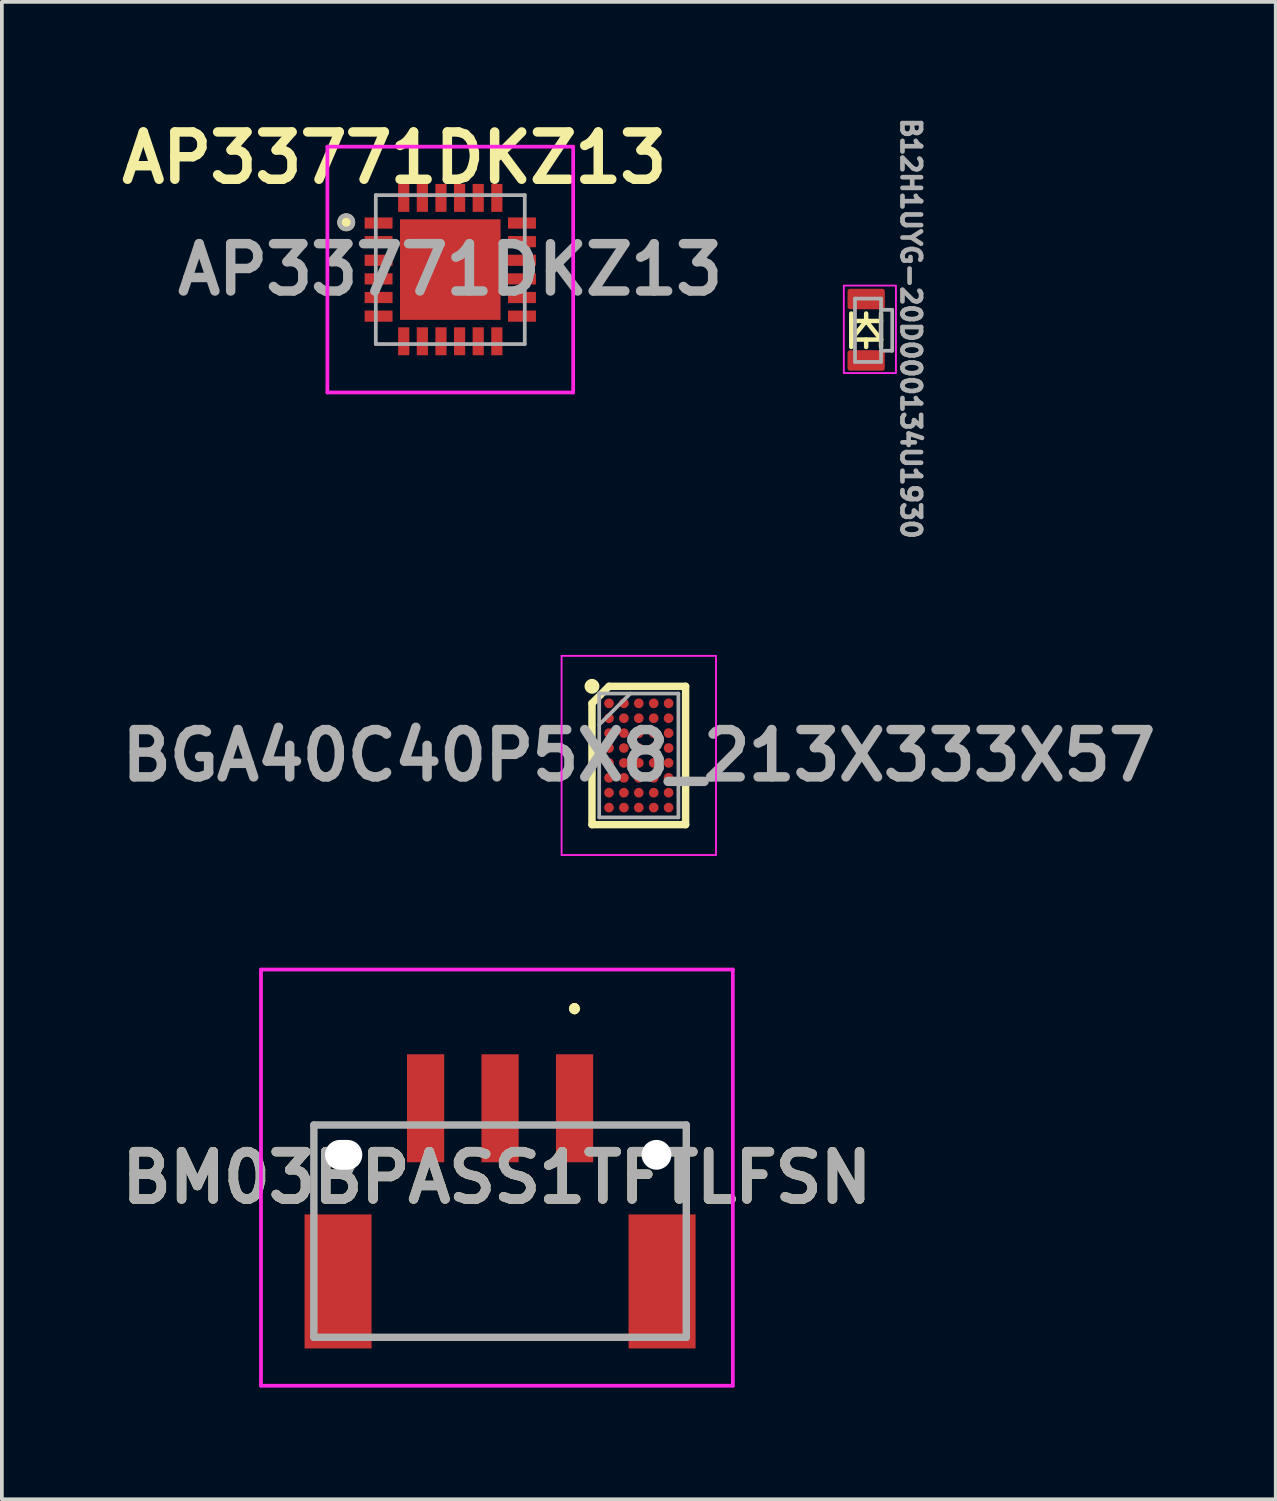
<source format=kicad_pcb>
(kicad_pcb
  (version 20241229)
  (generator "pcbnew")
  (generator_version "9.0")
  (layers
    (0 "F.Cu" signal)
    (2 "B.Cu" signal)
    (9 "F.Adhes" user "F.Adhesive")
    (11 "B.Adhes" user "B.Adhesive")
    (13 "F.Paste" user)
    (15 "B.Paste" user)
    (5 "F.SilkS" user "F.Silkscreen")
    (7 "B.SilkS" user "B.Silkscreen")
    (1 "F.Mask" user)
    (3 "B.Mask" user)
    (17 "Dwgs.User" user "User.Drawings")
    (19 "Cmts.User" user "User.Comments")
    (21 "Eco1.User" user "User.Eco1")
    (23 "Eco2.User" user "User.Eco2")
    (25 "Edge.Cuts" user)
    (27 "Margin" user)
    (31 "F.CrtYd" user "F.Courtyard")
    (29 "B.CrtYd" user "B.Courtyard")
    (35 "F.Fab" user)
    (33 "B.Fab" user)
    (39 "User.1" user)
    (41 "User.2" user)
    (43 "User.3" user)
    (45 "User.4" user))
  (footprint "B12H1UYG-20D000134U1930"
    (layer "F.Cu")
    (at 20.208 5.868)
    (property "Reference" "B12H1UYG-20D000134U1930" (at 1.2 -0.1 270) (unlocked yes) (layer "F.Fab") (effects (font (size 0.5 0.5) (thickness 0.15))))
    (attr smd)
    (fp_line (start -0.4 -0.5) (end -0.4 0.4) (stroke (width 0.12) (type default)) (layer "F.SilkS"))
    (fp_line (start -0.4 -0.3) (end 0.4 -0.3) (stroke (width 0.12) (type default)) (layer "F.SilkS"))
    (fp_line (start -0.4 0.2) (end 0.4 0.2) (stroke (width 0.12) (type default)) (layer "F.SilkS"))
    (fp_line (start 0 -0.3) (end -0.4 0.2) (stroke (width 0.12) (type default)) (layer "F.SilkS"))
    (fp_line (start 0 -0.3) (end 0 -0.5) (stroke (width 0.12) (type default)) (layer "F.SilkS"))
    (fp_line (start 0 0.2) (end 0 0.4) (stroke (width 0.12) (type default)) (layer "F.SilkS"))
    (fp_line (start 0.4 -0.5) (end 0.4 0.4) (stroke (width 0.12) (type default)) (layer "F.SilkS"))
    (fp_line (start 0.4 0.2) (end 0 -0.3) (stroke (width 0.12) (type default)) (layer "F.SilkS"))
    (fp_rect (start -0.6 -1.25) (end 0.8 1.1) (stroke (width 0.05) (type default)) (fill no) (layer "F.CrtYd"))
    (fp_line (start -0.3 -0.9) (end 0.4 -0.9) (stroke (width 0.1) (type default)) (layer "F.Fab"))
    (fp_line (start -0.3 0.8) (end -0.3 -0.9) (stroke (width 0.1) (type default)) (layer "F.Fab"))
    (fp_line (start 0.4 -0.9) (end 0.4 -0.6) (stroke (width 0.1) (type default)) (layer "F.Fab"))
    (fp_line (start 0.4 -0.6) (end 0.4 0.5) (stroke (width 0.1) (type default)) (layer "F.Fab"))
    (fp_line (start 0.4 -0.6) (end 0.7 -0.6) (stroke (width 0.1) (type default)) (layer "F.Fab"))
    (fp_line (start 0.4 0.5) (end 0.4 0.8) (stroke (width 0.1) (type default)) (layer "F.Fab"))
    (fp_line (start 0.4 0.8) (end -0.3 0.8) (stroke (width 0.1) (type default)) (layer "F.Fab"))
    (fp_line (start 0.7 -0.6) (end 0.7 0.5) (stroke (width 0.1) (type default)) (layer "F.Fab"))
    (fp_line (start 0.7 0.5) (end 0.4 0.5) (stroke (width 0.1) (type default)) (layer "F.Fab"))
    (pad "1" smd roundrect (at 0 -0.889) (size 1 0.55) (layers "F.Cu" "F.Mask" "F.Paste") (roundrect_rratio 0.12))
    (pad "2" smd roundrect (at 0 0.761) (size 1 0.55) (layers "F.Cu" "F.Mask" "F.Paste") (roundrect_rratio 0.12)))
  (footprint "BM03BPASS1TFTLFSN"
    (layer "F.Cu")
    (at 10.378 29.784)
    (property "Reference" "BM03BPASS1TFTLFSN" (at -0.085 -1.213 0) (layer "F.SilkS") (effects (font (size 1.27 1.27) (thickness 0.254))))
    (attr through_hole)
    (fp_line (start -3 3.1) (end 3.1 3.1) (stroke (width 0.1) (type solid)) (layer "F.SilkS"))
    (fp_line (start 2 -5.8) (end 2 -5.8) (stroke (width 0.2) (type solid)) (layer "F.SilkS"))
    (fp_line (start 2 -5.8) (end 2 -5.8) (stroke (width 0.2) (type solid)) (layer "F.SilkS"))
    (fp_line (start 2 -5.7) (end 2 -5.7) (stroke (width 0.2) (type solid)) (layer "F.SilkS"))
    (fp_arc (start 2 -5.8) (mid 2.05 -5.75) (end 2 -5.7) (stroke (width 0.2) (type solid)) (layer "F.SilkS"))
    (fp_arc (start 2 -5.7) (mid 1.95 -5.75) (end 2 -5.8) (stroke (width 0.2) (type solid)) (layer "F.SilkS"))
    (fp_arc (start 2 -5.7) (mid 1.95 -5.75) (end 2 -5.8) (stroke (width 0.2) (type solid)) (layer "F.SilkS"))
    (fp_line (start -6.42 -6.8) (end 6.25 -6.8) (stroke (width 0.1) (type solid)) (layer "F.CrtYd"))
    (fp_line (start -6.42 4.375) (end -6.42 -6.8) (stroke (width 0.1) (type solid)) (layer "F.CrtYd"))
    (fp_line (start 6.25 -6.8) (end 6.25 4.375) (stroke (width 0.1) (type solid)) (layer "F.CrtYd"))
    (fp_line (start 6.25 4.375) (end -6.42 4.375) (stroke (width 0.1) (type solid)) (layer "F.CrtYd"))
    (fp_line (start -5 -2.625) (end 5 -2.625) (stroke (width 0.2) (type solid)) (layer "F.Fab"))
    (fp_line (start -5 3.075) (end -5 -2.625) (stroke (width 0.2) (type solid)) (layer "F.Fab"))
    (fp_line (start 5 -2.625) (end 5 3.075) (stroke (width 0.2) (type solid)) (layer "F.Fab"))
    (fp_line (start 5 3.075) (end -5 3.075) (stroke (width 0.2) (type solid)) (layer "F.Fab"))
    (fp_text user "${REFERENCE}" (at -0.085 -1.213 0) (layer "F.Fab") (effects (font (size 1.27 1.27) (thickness 0.254))))
    (pad "" np_thru_hole oval (at -4.2 -1.825 90) (size 0.8 1) (drill oval 0.8 1) (layers "*.Cu" "*.Mask"))
    (pad "" np_thru_hole circle (at 4.2 -1.825) (size 0.8 0.8) (drill 0.8) (layers "*.Cu" "*.Mask"))
    (pad "1" smd rect (at 2 -3.075) (size 1 2.9) (layers "F.Cu" "F.Mask" "F.Paste"))
    (pad "2" smd rect (at 0 -3.075) (size 1 2.9) (layers "F.Cu" "F.Mask" "F.Paste"))
    (pad "3" smd rect (at -2 -3.075) (size 1 2.9) (layers "F.Cu" "F.Mask" "F.Paste"))
    (pad "MP1" smd rect (at 4.35 1.575) (size 1.8 3.6) (layers "F.Cu" "F.Mask" "F.Paste"))
    (pad "MP2" smd rect (at -4.35 1.575) (size 1.8 3.6) (layers "F.Cu" "F.Mask" "F.Paste")))
  (footprint "BGA40C40P5X8_213X333X57"
    (layer "F.Cu")
    (at 14.103 17.236)
    (property "Reference" "BGA40C40P5X8_213X333X57" (at 0 0 0) (layer "F.Fab") (effects (font (size 1.27 1.27) (thickness 0.254))))
    (attr smd)
    (fp_line (start -1.257 -1.4) (end -0.8 -1.857) (stroke (width 0.2) (type solid)) (layer "F.SilkS"))
    (fp_line (start -1.257 1.857) (end -1.257 -1.4) (stroke (width 0.2) (type solid)) (layer "F.SilkS"))
    (fp_line (start -0.8 -1.857) (end 1.257 -1.857) (stroke (width 0.2) (type solid)) (layer "F.SilkS"))
    (fp_line (start 1.257 -1.857) (end 1.257 1.857) (stroke (width 0.2) (type solid)) (layer "F.SilkS"))
    (fp_line (start 1.257 1.857) (end -1.257 1.857) (stroke (width 0.2) (type solid)) (layer "F.SilkS"))
    (fp_circle (center -1.257 -1.857) (end -1.257 -1.757) (stroke (width 0.2) (type solid)) (fill no) (layer "F.SilkS"))
    (fp_line (start -2.073 -2.674) (end 2.073 -2.674) (stroke (width 0.05) (type solid)) (layer "F.CrtYd"))
    (fp_line (start -2.073 2.673) (end -2.073 -2.674) (stroke (width 0.05) (type solid)) (layer "F.CrtYd"))
    (fp_line (start 2.073 -2.674) (end 2.073 2.673) (stroke (width 0.05) (type solid)) (layer "F.CrtYd"))
    (fp_line (start 2.073 2.673) (end -2.073 2.673) (stroke (width 0.05) (type solid)) (layer "F.CrtYd"))
    (fp_line (start -1.063 -1.664) (end 1.063 -1.664) (stroke (width 0.1) (type solid)) (layer "F.Fab"))
    (fp_line (start -1.063 -0.827) (end -0.226 -1.664) (stroke (width 0.1) (type solid)) (layer "F.Fab"))
    (fp_line (start -1.063 1.663) (end -1.063 -1.664) (stroke (width 0.1) (type solid)) (layer "F.Fab"))
    (fp_line (start 1.063 -1.664) (end 1.063 1.663) (stroke (width 0.1) (type solid)) (layer "F.Fab"))
    (fp_line (start 1.063 1.663) (end -1.063 1.663) (stroke (width 0.1) (type solid)) (layer "F.Fab"))
    (pad "A1" smd circle (at -0.8 -1.4 90) (size 0.26 0.26) (layers "F.Cu" "F.Mask" "F.Paste"))
    (pad "A2" smd circle (at -0.4 -1.4 90) (size 0.26 0.26) (layers "F.Cu" "F.Mask" "F.Paste"))
    (pad "A3" smd circle (at 0 -1.4 90) (size 0.26 0.26) (layers "F.Cu" "F.Mask" "F.Paste"))
    (pad "A4" smd circle (at 0.4 -1.4 90) (size 0.26 0.26) (layers "F.Cu" "F.Mask" "F.Paste"))
    (pad "A5" smd circle (at 0.8 -1.4 90) (size 0.26 0.26) (layers "F.Cu" "F.Mask" "F.Paste"))
    (pad "B1" smd circle (at -0.8 -1 90) (size 0.26 0.26) (layers "F.Cu" "F.Mask" "F.Paste"))
    (pad "B2" smd circle (at -0.4 -1 90) (size 0.26 0.26) (layers "F.Cu" "F.Mask" "F.Paste"))
    (pad "B3" smd circle (at 0 -1 90) (size 0.26 0.26) (layers "F.Cu" "F.Mask" "F.Paste"))
    (pad "B4" smd circle (at 0.4 -1 90) (size 0.26 0.26) (layers "F.Cu" "F.Mask" "F.Paste"))
    (pad "B5" smd circle (at 0.8 -1 90) (size 0.26 0.26) (layers "F.Cu" "F.Mask" "F.Paste"))
    (pad "C1" smd circle (at -0.8 -0.6 90) (size 0.26 0.26) (layers "F.Cu" "F.Mask" "F.Paste"))
    (pad "C2" smd circle (at -0.4 -0.6 90) (size 0.26 0.26) (layers "F.Cu" "F.Mask" "F.Paste"))
    (pad "C3" smd circle (at 0 -0.6 90) (size 0.26 0.26) (layers "F.Cu" "F.Mask" "F.Paste"))
    (pad "C4" smd circle (at 0.4 -0.6 90) (size 0.26 0.26) (layers "F.Cu" "F.Mask" "F.Paste"))
    (pad "C5" smd circle (at 0.8 -0.6 90) (size 0.26 0.26) (layers "F.Cu" "F.Mask" "F.Paste"))
    (pad "D1" smd circle (at -0.8 -0.2 90) (size 0.26 0.26) (layers "F.Cu" "F.Mask" "F.Paste"))
    (pad "D2" smd circle (at -0.4 -0.2 90) (size 0.26 0.26) (layers "F.Cu" "F.Mask" "F.Paste"))
    (pad "D3" smd circle (at 0 -0.2 90) (size 0.26 0.26) (layers "F.Cu" "F.Mask" "F.Paste"))
    (pad "D4" smd circle (at 0.4 -0.2 90) (size 0.26 0.26) (layers "F.Cu" "F.Mask" "F.Paste"))
    (pad "D5" smd circle (at 0.8 -0.2 90) (size 0.26 0.26) (layers "F.Cu" "F.Mask" "F.Paste"))
    (pad "E1" smd circle (at -0.8 0.2 90) (size 0.26 0.26) (layers "F.Cu" "F.Mask" "F.Paste"))
    (pad "E2" smd circle (at -0.4 0.2 90) (size 0.26 0.26) (layers "F.Cu" "F.Mask" "F.Paste"))
    (pad "E3" smd circle (at 0 0.2 90) (size 0.26 0.26) (layers "F.Cu" "F.Mask" "F.Paste"))
    (pad "E4" smd circle (at 0.4 0.2 90) (size 0.26 0.26) (layers "F.Cu" "F.Mask" "F.Paste"))
    (pad "E5" smd circle (at 0.8 0.2 90) (size 0.26 0.26) (layers "F.Cu" "F.Mask" "F.Paste"))
    (pad "F1" smd circle (at -0.8 0.6 90) (size 0.26 0.26) (layers "F.Cu" "F.Mask" "F.Paste"))
    (pad "F2" smd circle (at -0.4 0.6 90) (size 0.26 0.26) (layers "F.Cu" "F.Mask" "F.Paste"))
    (pad "F3" smd circle (at 0 0.6 90) (size 0.26 0.26) (layers "F.Cu" "F.Mask" "F.Paste"))
    (pad "F4" smd circle (at 0.4 0.6 90) (size 0.26 0.26) (layers "F.Cu" "F.Mask" "F.Paste"))
    (pad "F5" smd circle (at 0.8 0.6 90) (size 0.26 0.26) (layers "F.Cu" "F.Mask" "F.Paste"))
    (pad "G1" smd circle (at -0.8 1 90) (size 0.26 0.26) (layers "F.Cu" "F.Mask" "F.Paste"))
    (pad "G2" smd circle (at -0.4 1 90) (size 0.26 0.26) (layers "F.Cu" "F.Mask" "F.Paste"))
    (pad "G3" smd circle (at 0 1 90) (size 0.26 0.26) (layers "F.Cu" "F.Mask" "F.Paste"))
    (pad "G4" smd circle (at 0.4 1 90) (size 0.26 0.26) (layers "F.Cu" "F.Mask" "F.Paste"))
    (pad "G5" smd circle (at 0.8 1 90) (size 0.26 0.26) (layers "F.Cu" "F.Mask" "F.Paste"))
    (pad "H1" smd circle (at -0.8 1.4 90) (size 0.26 0.26) (layers "F.Cu" "F.Mask" "F.Paste"))
    (pad "H2" smd circle (at -0.4 1.4 90) (size 0.26 0.26) (layers "F.Cu" "F.Mask" "F.Paste"))
    (pad "H3" smd circle (at 0 1.4 90) (size 0.26 0.26) (layers "F.Cu" "F.Mask" "F.Paste"))
    (pad "H4" smd circle (at 0.4 1.4 90) (size 0.26 0.26) (layers "F.Cu" "F.Mask" "F.Paste"))
    (pad "H5" smd circle (at 0.8 1.4 90) (size 0.26 0.26) (layers "F.Cu" "F.Mask" "F.Paste")))
  (footprint "AP33771DKZ13"
    (layer "F.Cu")
    (at 9.041 4.189)
    (property "Reference" "AP33771DKZ13" (at -1.5 -3 0) (layer "F.SilkS") (effects (font (size 1.27 1.27) (thickness 0.254))))
    (attr smd)
    (fp_circle (center -2.794 -1.27) (end -2.614 -1.27) (stroke (width 0.12) (type solid)) (fill yes) (layer "F.SilkS"))
    (fp_line (start -3.3 -3.3) (end 3.3 -3.3) (stroke (width 0.1) (type solid)) (layer "F.CrtYd"))
    (fp_line (start -3.3 3.3) (end -3.3 -3.3) (stroke (width 0.1) (type solid)) (layer "F.CrtYd"))
    (fp_line (start 3.3 -3.3) (end 3.3 3.3) (stroke (width 0.1) (type solid)) (layer "F.CrtYd"))
    (fp_line (start 3.3 3.3) (end -3.3 3.3) (stroke (width 0.1) (type solid)) (layer "F.CrtYd"))
    (fp_line (start -2 -2) (end 2 -2) (stroke (width 0.1) (type solid)) (layer "F.Fab"))
    (fp_line (start -2 2) (end -2 -2) (stroke (width 0.1) (type solid)) (layer "F.Fab"))
    (fp_line (start 2 -2) (end 2 2) (stroke (width 0.1) (type solid)) (layer "F.Fab"))
    (fp_line (start 2 2) (end -2 2) (stroke (width 0.1) (type solid)) (layer "F.Fab"))
    (fp_circle (center -2.794 -1.27) (end -2.614 -1.27) (stroke (width 0.12) (type solid)) (fill no) (layer "F.Fab"))
    (fp_text user "${REFERENCE}" (at 0 0 0) (layer "F.Fab") (effects (font (size 1.27 1.27) (thickness 0.254))))
    (pad "1" smd rect (at -1.925 -1.25 90) (size 0.3 0.75) (layers "F.Cu" "F.Mask" "F.Paste"))
    (pad "2" smd rect (at -1.925 -0.75 90) (size 0.3 0.75) (layers "F.Cu" "F.Mask" "F.Paste"))
    (pad "3" smd rect (at -1.925 -0.25 90) (size 0.3 0.75) (layers "F.Cu" "F.Mask" "F.Paste"))
    (pad "4" smd rect (at -1.925 0.25 90) (size 0.3 0.75) (layers "F.Cu" "F.Mask" "F.Paste"))
    (pad "5" smd rect (at -1.925 0.75 90) (size 0.3 0.75) (layers "F.Cu" "F.Mask" "F.Paste"))
    (pad "6" smd rect (at -1.925 1.25 90) (size 0.3 0.75) (layers "F.Cu" "F.Mask" "F.Paste"))
    (pad "7" smd rect (at -1.25 1.925) (size 0.3 0.75) (layers "F.Cu" "F.Mask" "F.Paste"))
    (pad "8" smd rect (at -0.75 1.925) (size 0.3 0.75) (layers "F.Cu" "F.Mask" "F.Paste"))
    (pad "9" smd rect (at -0.25 1.925) (size 0.3 0.75) (layers "F.Cu" "F.Mask" "F.Paste"))
    (pad "10" smd rect (at 0.25 1.925) (size 0.3 0.75) (layers "F.Cu" "F.Mask" "F.Paste"))
    (pad "11" smd rect (at 0.75 1.925) (size 0.3 0.75) (layers "F.Cu" "F.Mask" "F.Paste"))
    (pad "12" smd rect (at 1.25 1.925) (size 0.3 0.75) (layers "F.Cu" "F.Mask" "F.Paste"))
    (pad "13" smd rect (at 1.925 1.25 90) (size 0.3 0.75) (layers "F.Cu" "F.Mask" "F.Paste"))
    (pad "14" smd rect (at 1.925 0.75 90) (size 0.3 0.75) (layers "F.Cu" "F.Mask" "F.Paste"))
    (pad "15" smd rect (at 1.925 0.25 90) (size 0.3 0.75) (layers "F.Cu" "F.Mask" "F.Paste"))
    (pad "16" smd rect (at 1.925 -0.25 90) (size 0.3 0.75) (layers "F.Cu" "F.Mask" "F.Paste"))
    (pad "17" smd rect (at 1.925 -0.75 90) (size 0.3 0.75) (layers "F.Cu" "F.Mask" "F.Paste"))
    (pad "18" smd rect (at 1.925 -1.25 90) (size 0.3 0.75) (layers "F.Cu" "F.Mask" "F.Paste"))
    (pad "19" smd rect (at 1.25 -1.925) (size 0.3 0.75) (layers "F.Cu" "F.Mask" "F.Paste"))
    (pad "20" smd rect (at 0.75 -1.925) (size 0.3 0.75) (layers "F.Cu" "F.Mask" "F.Paste"))
    (pad "21" smd rect (at 0.25 -1.925) (size 0.3 0.75) (layers "F.Cu" "F.Mask" "F.Paste"))
    (pad "22" smd rect (at -0.25 -1.925) (size 0.3 0.75) (layers "F.Cu" "F.Mask" "F.Paste"))
    (pad "23" smd rect (at -0.75 -1.925) (size 0.3 0.75) (layers "F.Cu" "F.Mask" "F.Paste"))
    (pad "24" smd rect (at -1.25 -1.925) (size 0.3 0.75) (layers "F.Cu" "F.Mask" "F.Paste"))
    (pad "25" smd rect (at 0 0) (size 2.7 2.7) (layers "F.Cu" "F.Mask" "F.Paste")))
  (gr_rect
    (start -3 -3)
    (end 31.206 37.209)
    (stroke (width 0.1) (type default))
    (fill no)
    (layer "Edge.Cuts")))
</source>
